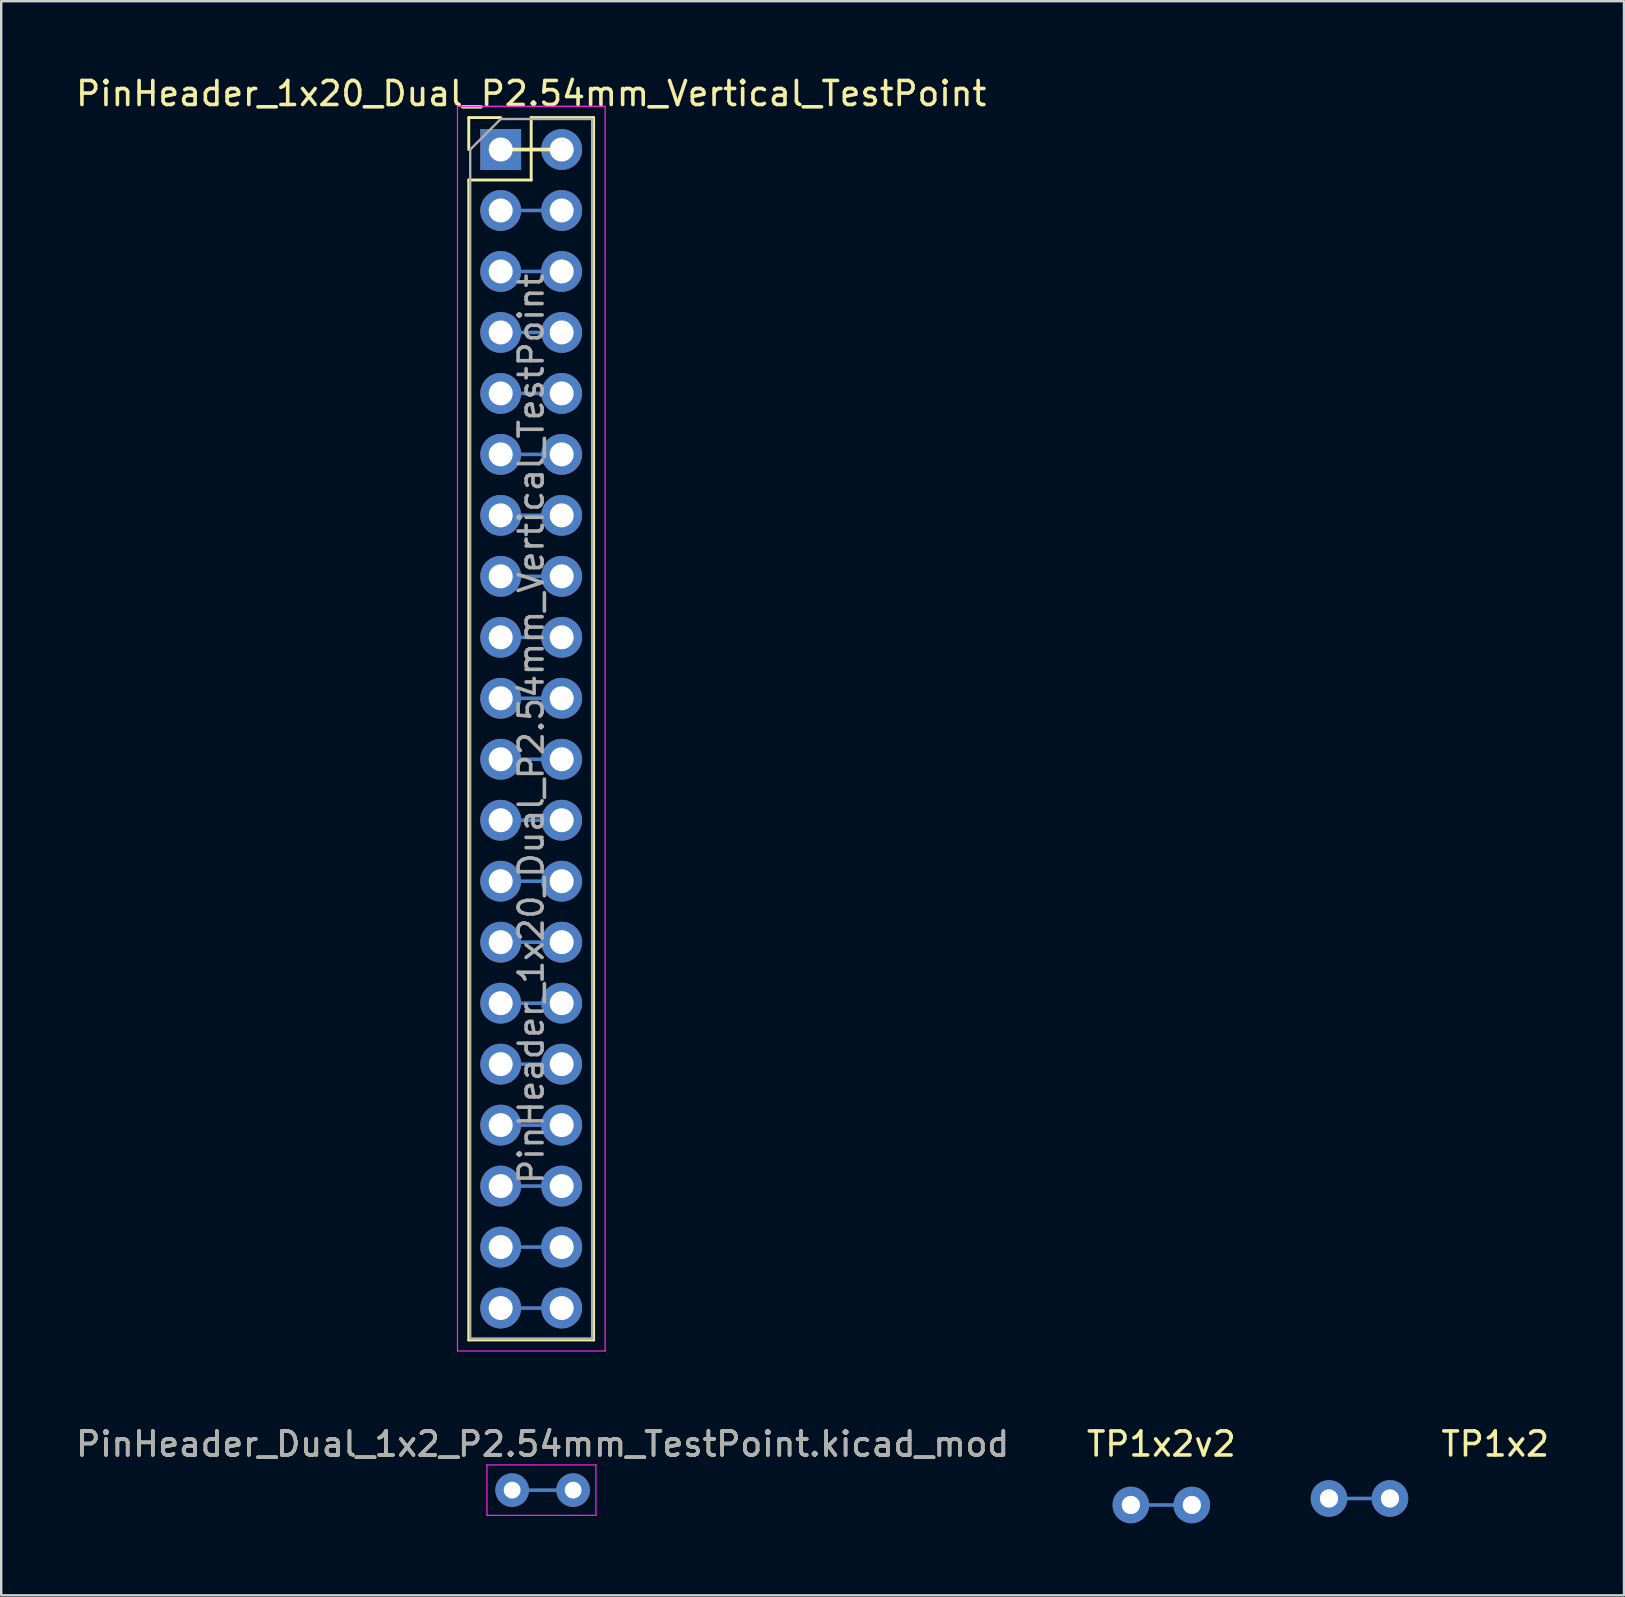
<source format=kicad_pcb>
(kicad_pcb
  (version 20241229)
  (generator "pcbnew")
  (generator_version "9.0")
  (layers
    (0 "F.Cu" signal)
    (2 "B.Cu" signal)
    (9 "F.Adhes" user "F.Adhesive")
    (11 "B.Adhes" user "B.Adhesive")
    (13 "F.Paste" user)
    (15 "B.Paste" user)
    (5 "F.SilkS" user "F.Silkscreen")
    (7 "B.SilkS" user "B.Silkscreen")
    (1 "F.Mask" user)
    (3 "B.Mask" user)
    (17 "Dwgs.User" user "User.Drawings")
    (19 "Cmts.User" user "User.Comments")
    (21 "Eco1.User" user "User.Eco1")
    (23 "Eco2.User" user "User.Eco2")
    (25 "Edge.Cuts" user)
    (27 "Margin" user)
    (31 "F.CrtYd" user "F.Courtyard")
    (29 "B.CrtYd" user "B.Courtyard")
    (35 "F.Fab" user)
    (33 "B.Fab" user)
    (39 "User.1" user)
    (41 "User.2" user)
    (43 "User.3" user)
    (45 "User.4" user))
  (footprint "TP1x2"
    (layer "F.Cu")
    (at 54.85 59.371)
    (property "Reference" "TP1x2" (at 4.385 -2.27 0) (layer "F.SilkS") (effects (font (size 1 1) (thickness 0.15))))
    (attr through_hole)
    (fp_line (start -2.54 0) (end 0 0) (stroke (width 0.15) (type solid)) (layer "B.Cu"))
    (pad "1" thru_hole circle (at -2.54 0) (size 1.524 1.524) (drill 0.762) (layers "*.Cu" "*.Mask"))
    (pad "2" thru_hole circle (at 0 0) (size 1.524 1.524) (drill 0.762) (layers "*.Cu" "*.Mask")))
  (footprint "PinHeader_1x20_Dual_P2.54mm_Vertical_TestPoint"
    (layer "F.Cu")
    (at 17.807 3.178)
    (property "Reference" "PinHeader_1x20_Dual_P2.54mm_Vertical_TestPoint" (at 1.27 -2.33 0) (layer "F.SilkS") (effects (font (size 1 1) (thickness 0.15))))
    (attr through_hole)
    (fp_line (start 2.54 0) (end 0 0) (stroke (width 0.15) (type solid)) (layer "B.Cu"))
    (fp_line (start 2.54 2.54) (end 0 2.54) (stroke (width 0.15) (type solid)) (layer "B.Cu"))
    (fp_line (start 2.54 5.08) (end 0 5.08) (stroke (width 0.15) (type solid)) (layer "B.Cu"))
    (fp_line (start 2.54 7.62) (end 0 7.62) (stroke (width 0.15) (type solid)) (layer "B.Cu"))
    (fp_line (start 2.54 10.16) (end 0 10.16) (stroke (width 0.15) (type solid)) (layer "B.Cu"))
    (fp_line (start 2.54 12.7) (end 0 12.7) (stroke (width 0.15) (type solid)) (layer "B.Cu"))
    (fp_line (start 2.54 15.24) (end 0 15.24) (stroke (width 0.15) (type solid)) (layer "B.Cu"))
    (fp_line (start 2.54 17.78) (end 0 17.78) (stroke (width 0.15) (type solid)) (layer "B.Cu"))
    (fp_line (start 2.54 20.32) (end 0 20.32) (stroke (width 0.15) (type solid)) (layer "B.Cu"))
    (fp_line (start 2.54 22.86) (end 0 22.86) (stroke (width 0.15) (type solid)) (layer "B.Cu"))
    (fp_line (start 2.54 25.4) (end 0 25.4) (stroke (width 0.15) (type solid)) (layer "B.Cu"))
    (fp_line (start 2.54 27.94) (end 0 27.94) (stroke (width 0.15) (type solid)) (layer "B.Cu"))
    (fp_line (start 2.54 30.48) (end 0 30.48) (stroke (width 0.15) (type solid)) (layer "B.Cu"))
    (fp_line (start 2.54 33.02) (end 0 33.02) (stroke (width 0.15) (type solid)) (layer "B.Cu"))
    (fp_line (start 2.54 35.56) (end 0 35.56) (stroke (width 0.15) (type solid)) (layer "B.Cu"))
    (fp_line (start 2.54 38.1) (end 0 38.1) (stroke (width 0.15) (type solid)) (layer "B.Cu"))
    (fp_line (start 2.54 40.64) (end 0 40.64) (stroke (width 0.15) (type solid)) (layer "B.Cu"))
    (fp_line (start 2.54 43.18) (end 0 43.18) (stroke (width 0.15) (type solid)) (layer "B.Cu"))
    (fp_line (start 2.54 45.72) (end 0 45.72) (stroke (width 0.15) (type solid)) (layer "B.Cu"))
    (fp_line (start 2.54 48.26) (end 0 48.26) (stroke (width 0.15) (type solid)) (layer "B.Cu"))
    (fp_line (start -1.33 -1.33) (end 0 -1.33) (stroke (width 0.12) (type solid)) (layer "F.SilkS"))
    (fp_line (start -1.33 0) (end -1.33 -1.33) (stroke (width 0.12) (type solid)) (layer "F.SilkS"))
    (fp_line (start -1.33 1.27) (end -1.33 49.59) (stroke (width 0.12) (type solid)) (layer "F.SilkS"))
    (fp_line (start -1.33 1.27) (end 1.27 1.27) (stroke (width 0.12) (type solid)) (layer "F.SilkS"))
    (fp_line (start -1.33 49.59) (end 3.87 49.59) (stroke (width 0.12) (type solid)) (layer "F.SilkS"))
    (fp_line (start 1.27 -1.33) (end 3.87 -1.33) (stroke (width 0.12) (type solid)) (layer "F.SilkS"))
    (fp_line (start 1.27 1.27) (end 1.27 -1.33) (stroke (width 0.12) (type solid)) (layer "F.SilkS"))
    (fp_line (start 2.54 0) (end 0 0) (stroke (width 0.15) (type solid)) (layer "F.SilkS"))
    (fp_line (start 3.87 -1.33) (end 3.87 49.59) (stroke (width 0.12) (type solid)) (layer "F.SilkS"))
    (fp_line (start -1.8 -1.8) (end -1.8 50.05) (stroke (width 0.05) (type solid)) (layer "F.CrtYd"))
    (fp_line (start -1.8 50.05) (end 4.35 50.05) (stroke (width 0.05) (type solid)) (layer "F.CrtYd"))
    (fp_line (start 4.35 -1.8) (end -1.8 -1.8) (stroke (width 0.05) (type solid)) (layer "F.CrtYd"))
    (fp_line (start 4.35 50.05) (end 4.35 -1.8) (stroke (width 0.05) (type solid)) (layer "F.CrtYd"))
    (fp_line (start -1.27 0) (end 0 -1.27) (stroke (width 0.1) (type solid)) (layer "F.Fab"))
    (fp_line (start -1.27 49.53) (end -1.27 0) (stroke (width 0.1) (type solid)) (layer "F.Fab"))
    (fp_line (start 0 -1.27) (end 3.81 -1.27) (stroke (width 0.1) (type solid)) (layer "F.Fab"))
    (fp_line (start 3.81 -1.27) (end 3.81 49.53) (stroke (width 0.1) (type solid)) (layer "F.Fab"))
    (fp_line (start 3.81 49.53) (end -1.27 49.53) (stroke (width 0.1) (type solid)) (layer "F.Fab"))
    (fp_text user "${REFERENCE}" (at 1.27 24.13 90) (layer "F.Fab") (effects (font (size 1 1) (thickness 0.15))))
    (pad "1" thru_hole rect (at 0 0) (size 1.7 1.7) (drill 1) (layers "*.Cu" "*.Mask"))
    (pad "2" thru_hole oval (at 2.54 0) (size 1.7 1.7) (drill 1) (layers "*.Cu" "*.Mask"))
    (pad "3" thru_hole oval (at 0 2.54) (size 1.7 1.7) (drill 1) (layers "*.Cu" "*.Mask"))
    (pad "4" thru_hole oval (at 2.54 2.54) (size 1.7 1.7) (drill 1) (layers "*.Cu" "*.Mask"))
    (pad "5" thru_hole oval (at 0 5.08) (size 1.7 1.7) (drill 1) (layers "*.Cu" "*.Mask"))
    (pad "6" thru_hole oval (at 2.54 5.08) (size 1.7 1.7) (drill 1) (layers "*.Cu" "*.Mask"))
    (pad "7" thru_hole oval (at 0 7.62) (size 1.7 1.7) (drill 1) (layers "*.Cu" "*.Mask"))
    (pad "8" thru_hole oval (at 2.54 7.62) (size 1.7 1.7) (drill 1) (layers "*.Cu" "*.Mask"))
    (pad "9" thru_hole oval (at 0 10.16) (size 1.7 1.7) (drill 1) (layers "*.Cu" "*.Mask"))
    (pad "10" thru_hole oval (at 2.54 10.16) (size 1.7 1.7) (drill 1) (layers "*.Cu" "*.Mask"))
    (pad "11" thru_hole oval (at 0 12.7) (size 1.7 1.7) (drill 1) (layers "*.Cu" "*.Mask"))
    (pad "12" thru_hole oval (at 2.54 12.7) (size 1.7 1.7) (drill 1) (layers "*.Cu" "*.Mask"))
    (pad "13" thru_hole oval (at 0 15.24) (size 1.7 1.7) (drill 1) (layers "*.Cu" "*.Mask"))
    (pad "14" thru_hole oval (at 2.54 15.24) (size 1.7 1.7) (drill 1) (layers "*.Cu" "*.Mask"))
    (pad "15" thru_hole oval (at 0 17.78) (size 1.7 1.7) (drill 1) (layers "*.Cu" "*.Mask"))
    (pad "16" thru_hole oval (at 2.54 17.78) (size 1.7 1.7) (drill 1) (layers "*.Cu" "*.Mask"))
    (pad "17" thru_hole oval (at 0 20.32) (size 1.7 1.7) (drill 1) (layers "*.Cu" "*.Mask"))
    (pad "18" thru_hole oval (at 2.54 20.32) (size 1.7 1.7) (drill 1) (layers "*.Cu" "*.Mask"))
    (pad "19" thru_hole oval (at 0 22.86) (size 1.7 1.7) (drill 1) (layers "*.Cu" "*.Mask"))
    (pad "20" thru_hole oval (at 2.54 22.86) (size 1.7 1.7) (drill 1) (layers "*.Cu" "*.Mask"))
    (pad "21" thru_hole oval (at 0 25.4) (size 1.7 1.7) (drill 1) (layers "*.Cu" "*.Mask"))
    (pad "22" thru_hole oval (at 2.54 25.4) (size 1.7 1.7) (drill 1) (layers "*.Cu" "*.Mask"))
    (pad "23" thru_hole oval (at 0 27.94) (size 1.7 1.7) (drill 1) (layers "*.Cu" "*.Mask"))
    (pad "24" thru_hole oval (at 2.54 27.94) (size 1.7 1.7) (drill 1) (layers "*.Cu" "*.Mask"))
    (pad "25" thru_hole oval (at 0 30.48) (size 1.7 1.7) (drill 1) (layers "*.Cu" "*.Mask"))
    (pad "26" thru_hole oval (at 2.54 30.48) (size 1.7 1.7) (drill 1) (layers "*.Cu" "*.Mask"))
    (pad "27" thru_hole oval (at 0 33.02) (size 1.7 1.7) (drill 1) (layers "*.Cu" "*.Mask"))
    (pad "28" thru_hole oval (at 2.54 33.02) (size 1.7 1.7) (drill 1) (layers "*.Cu" "*.Mask"))
    (pad "29" thru_hole oval (at 0 35.56) (size 1.7 1.7) (drill 1) (layers "*.Cu" "*.Mask"))
    (pad "30" thru_hole oval (at 2.54 35.56) (size 1.7 1.7) (drill 1) (layers "*.Cu" "*.Mask"))
    (pad "31" thru_hole oval (at 0 38.1) (size 1.7 1.7) (drill 1) (layers "*.Cu" "*.Mask"))
    (pad "32" thru_hole oval (at 2.54 38.1) (size 1.7 1.7) (drill 1) (layers "*.Cu" "*.Mask"))
    (pad "33" thru_hole oval (at 0 40.64) (size 1.7 1.7) (drill 1) (layers "*.Cu" "*.Mask"))
    (pad "34" thru_hole oval (at 2.54 40.64) (size 1.7 1.7) (drill 1) (layers "*.Cu" "*.Mask"))
    (pad "35" thru_hole oval (at 0 43.18) (size 1.7 1.7) (drill 1) (layers "*.Cu" "*.Mask"))
    (pad "36" thru_hole oval (at 2.54 43.18) (size 1.7 1.7) (drill 1) (layers "*.Cu" "*.Mask"))
    (pad "37" thru_hole oval (at 0 45.72) (size 1.7 1.7) (drill 1) (layers "*.Cu" "*.Mask"))
    (pad "38" thru_hole oval (at 2.54 45.72) (size 1.7 1.7) (drill 1) (layers "*.Cu" "*.Mask"))
    (pad "39" thru_hole oval (at 0 48.26) (size 1.7 1.7) (drill 1) (layers "*.Cu" "*.Mask"))
    (pad "40" thru_hole oval (at 2.54 48.26) (size 1.7 1.7) (drill 1) (layers "*.Cu" "*.Mask")))
  (footprint "PinHeader_Dual_1x2_P2.54mm_TestPoint.kicad_mod"
    (layer "F.Cu")
    (at 18.284 59.022)
    (property "Reference" "PinHeader_Dual_1x2_P2.54mm_TestPoint.kicad_mod" (at 1.27 -1.92 0) (layer "F.SilkS") (effects (font (size 1 1) (thickness 0.15))))
    (attr through_hole)
    (fp_line (start 0 0) (end 2.54 0) (stroke (width 0.15) (type solid)) (layer "B.Cu"))
    (fp_line (start -1.05 -1.05) (end -1.05 1.05) (stroke (width 0.05) (type solid)) (layer "F.CrtYd"))
    (fp_line (start -1.05 1.05) (end 3.49 1.05) (stroke (width 0.05) (type solid)) (layer "F.CrtYd"))
    (fp_line (start 3.49 -1.05) (end -1.05 -1.05) (stroke (width 0.05) (type solid)) (layer "F.CrtYd"))
    (fp_line (start 3.49 1.05) (end 3.49 -1.05) (stroke (width 0.05) (type solid)) (layer "F.CrtYd"))
    (fp_text user "${REFERENCE}" (at 1.27 -1.92 0) (layer "F.Fab") (effects (font (size 1 1) (thickness 0.15))))
    (pad "1" thru_hole circle (at 0 0) (size 1.4 1.4) (drill 0.7) (layers "*.Cu" "*.Mask"))
    (pad "2" thru_hole oval (at 2.54 0) (size 1.4 1.4) (drill 0.7) (layers "*.Cu" "*.Mask")))
  (footprint "TP1x2v2"
    (layer "F.Cu")
    (at 46.597 59.642)
    (property "Reference" "TP1x2v2" (at -1.27 -2.54 0) (layer "F.SilkS") (effects (font (size 1 1) (thickness 0.15))))
    (attr through_hole)
    (fp_line (start -2.54 0) (end 0 0) (stroke (width 0.15) (type solid)) (layer "B.Cu"))
    (pad "1" thru_hole circle (at -2.54 0) (size 1.524 1.524) (drill 0.762) (layers "*.Cu" "*.Mask"))
    (pad "2" thru_hole circle (at 0 0) (size 1.524 1.524) (drill 0.762) (layers "*.Cu" "*.Mask")))
  (gr_rect
    (start -3 -3)
    (end 64.598 63.404)
    (stroke (width 0.1) (type default))
    (fill no)
    (layer "Edge.Cuts")))
</source>
